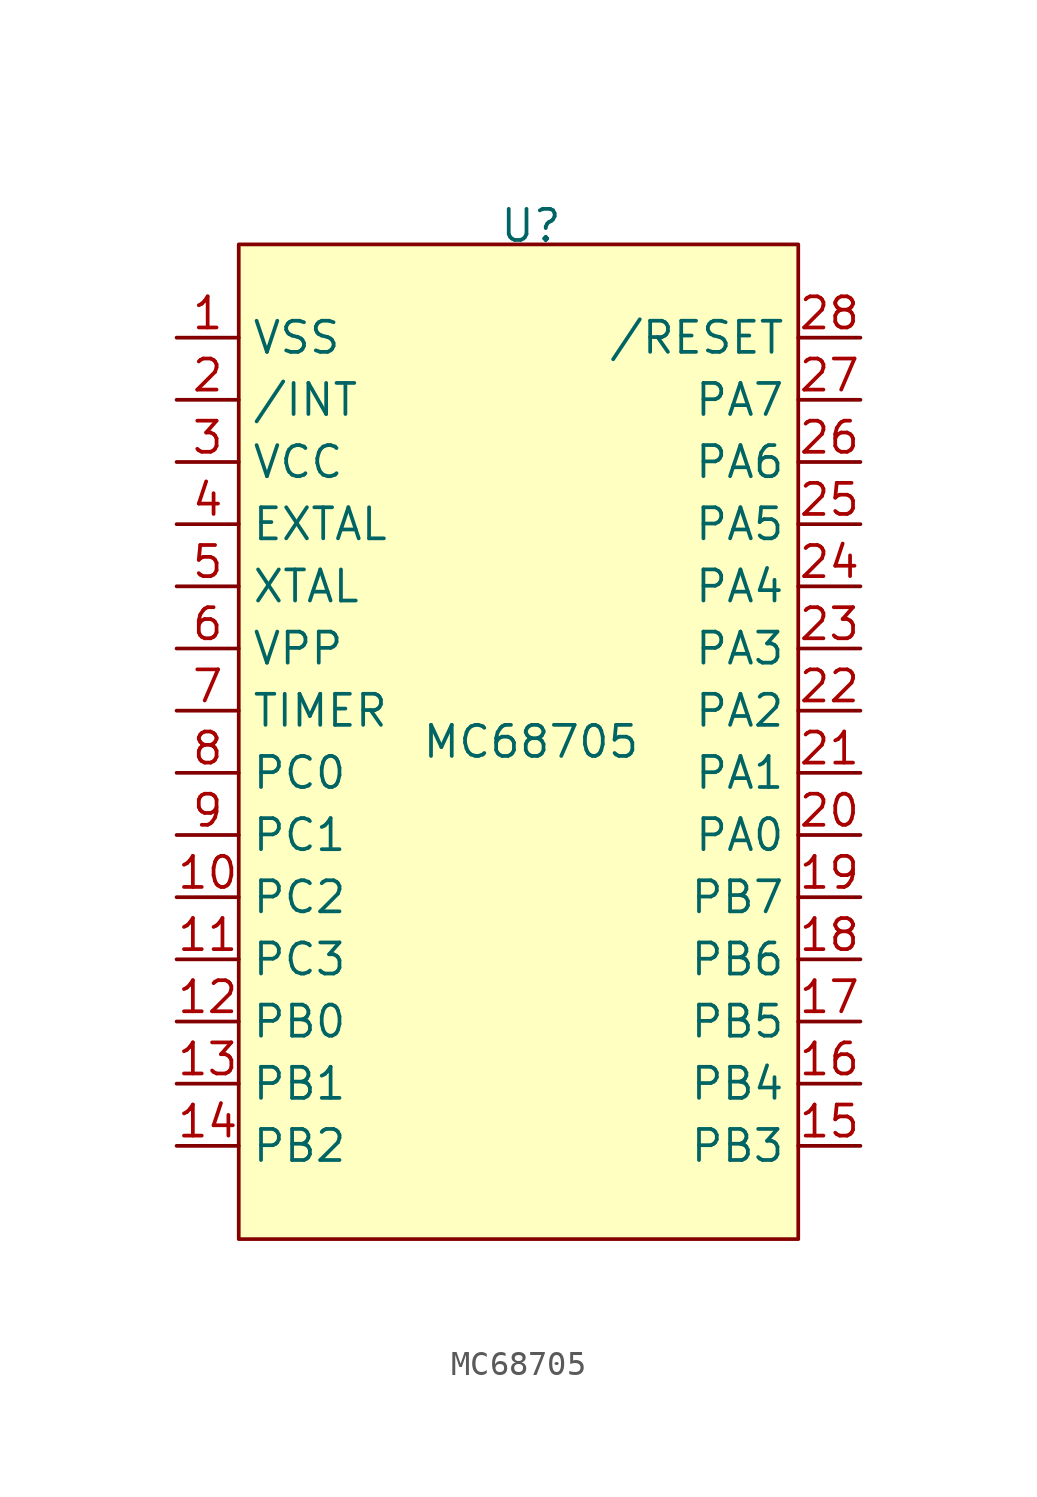
<source format=kicad_sym>
(kicad_symbol_lib
  (version 20241209)
  (generator "kicad_symbol_editor")
  (generator_version "9.0")
  (symbol "MC68705"
    (property "Reference" "U"
      (at -0.762 21.082 0)
      (effects (font (size 1.27 1.27))))
    (property "Value" "MC68705"
      (at -0.762 0 0)
      (effects (font (size 1.27 1.27))))
    (symbol "MC68705_1_1"
      (rectangle (start -12.7 20.32) (end 10.16 -20.32) (stroke (width 0) (type solid)) (fill (type background)))
      (pin power_in line (at -15.24 16.51 0) (length 2.54) (name "VSS" (effects (font (size 1.27 1.27)))) (number "1" (effects (font (size 1.27 1.27)))))
      (pin input line (at -15.24 13.97 0) (length 2.54) (name "/INT" (effects (font (size 1.27 1.27)))) (number "2" (effects (font (size 1.27 1.27)))))
      (pin power_in line (at -15.24 11.43 0) (length 2.54) (name "VCC" (effects (font (size 1.27 1.27)))) (number "3" (effects (font (size 1.27 1.27)))))
      (pin input line (at -15.24 8.89 0) (length 2.54) (name "EXTAL" (effects (font (size 1.27 1.27)))) (number "4" (effects (font (size 1.27 1.27)))))
      (pin input line (at -15.24 6.35 0) (length 2.54) (name "XTAL" (effects (font (size 1.27 1.27)))) (number "5" (effects (font (size 1.27 1.27)))))
      (pin input line (at -15.24 3.81 0) (length 2.54) (name "VPP" (effects (font (size 1.27 1.27)))) (number "6" (effects (font (size 1.27 1.27)))))
      (pin input line (at -15.24 1.27 0) (length 2.54) (name "TIMER" (effects (font (size 1.27 1.27)))) (number "7" (effects (font (size 1.27 1.27)))))
      (pin input line (at -15.24 -1.27 0) (length 2.54) (name "PC0" (effects (font (size 1.27 1.27)))) (number "8" (effects (font (size 1.27 1.27)))))
      (pin input line (at -15.24 -3.81 0) (length 2.54) (name "PC1" (effects (font (size 1.27 1.27)))) (number "9" (effects (font (size 1.27 1.27)))))
      (pin input line (at -15.24 -6.35 0) (length 2.54) (name "PC2" (effects (font (size 1.27 1.27)))) (number "10" (effects (font (size 1.27 1.27)))))
      (pin input line (at -15.24 -8.89 0) (length 2.54) (name "PC3" (effects (font (size 1.27 1.27)))) (number "11" (effects (font (size 1.27 1.27)))))
      (pin input line (at -15.24 -11.43 0) (length 2.54) (name "PB0" (effects (font (size 1.27 1.27)))) (number "12" (effects (font (size 1.27 1.27)))))
      (pin input line (at -15.24 -13.97 0) (length 2.54) (name "PB1" (effects (font (size 1.27 1.27)))) (number "13" (effects (font (size 1.27 1.27)))))
      (pin input line (at -15.24 -16.51 0) (length 2.54) (name "PB2" (effects (font (size 1.27 1.27)))) (number "14" (effects (font (size 1.27 1.27)))))
      (pin input line (at 12.7 16.51 180) (length 2.54) (name "/RESET" (effects (font (size 1.27 1.27)))) (number "28" (effects (font (size 1.27 1.27)))))
      (pin input line (at 12.7 13.97 180) (length 2.54) (name "PA7" (effects (font (size 1.27 1.27)))) (number "27" (effects (font (size 1.27 1.27)))))
      (pin input line (at 12.7 11.43 180) (length 2.54) (name "PA6" (effects (font (size 1.27 1.27)))) (number "26" (effects (font (size 1.27 1.27)))))
      (pin input line (at 12.7 8.89 180) (length 2.54) (name "PA5" (effects (font (size 1.27 1.27)))) (number "25" (effects (font (size 1.27 1.27)))))
      (pin input line (at 12.7 6.35 180) (length 2.54) (name "PA4" (effects (font (size 1.27 1.27)))) (number "24" (effects (font (size 1.27 1.27)))))
      (pin input line (at 12.7 3.81 180) (length 2.54) (name "PA3" (effects (font (size 1.27 1.27)))) (number "23" (effects (font (size 1.27 1.27)))))
      (pin input line (at 12.7 1.27 180) (length 2.54) (name "PA2" (effects (font (size 1.27 1.27)))) (number "22" (effects (font (size 1.27 1.27)))))
      (pin input line (at 12.7 -1.27 180) (length 2.54) (name "PA1" (effects (font (size 1.27 1.27)))) (number "21" (effects (font (size 1.27 1.27)))))
      (pin input line (at 12.7 -3.81 180) (length 2.54) (name "PA0" (effects (font (size 1.27 1.27)))) (number "20" (effects (font (size 1.27 1.27)))))
      (pin input line (at 12.7 -6.35 180) (length 2.54) (name "PB7" (effects (font (size 1.27 1.27)))) (number "19" (effects (font (size 1.27 1.27)))))
      (pin input line (at 12.7 -8.89 180) (length 2.54) (name "PB6" (effects (font (size 1.27 1.27)))) (number "18" (effects (font (size 1.27 1.27)))))
      (pin input line (at 12.7 -11.43 180) (length 2.54) (name "PB5" (effects (font (size 1.27 1.27)))) (number "17" (effects (font (size 1.27 1.27)))))
      (pin input line (at 12.7 -13.97 180) (length 2.54) (name "PB4" (effects (font (size 1.27 1.27)))) (number "16" (effects (font (size 1.27 1.27)))))
      (pin input line (at 12.7 -16.51 180) (length 2.54) (name "PB3" (effects (font (size 1.27 1.27)))) (number "15" (effects (font (size 1.27 1.27))))))))
</source>
